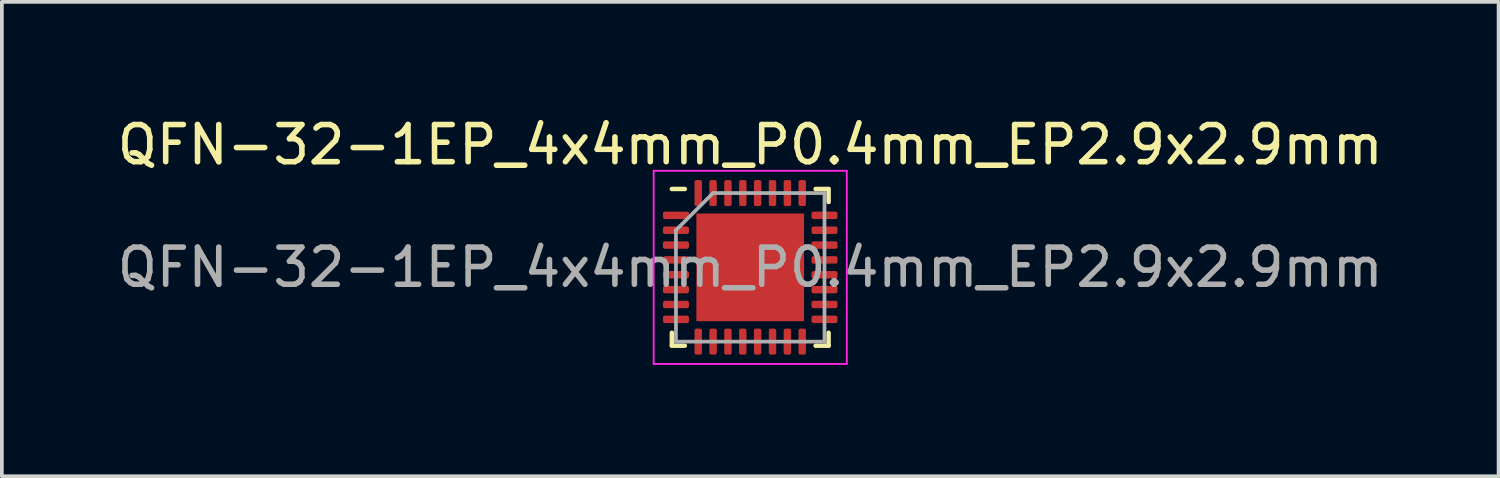
<source format=kicad_pcb>
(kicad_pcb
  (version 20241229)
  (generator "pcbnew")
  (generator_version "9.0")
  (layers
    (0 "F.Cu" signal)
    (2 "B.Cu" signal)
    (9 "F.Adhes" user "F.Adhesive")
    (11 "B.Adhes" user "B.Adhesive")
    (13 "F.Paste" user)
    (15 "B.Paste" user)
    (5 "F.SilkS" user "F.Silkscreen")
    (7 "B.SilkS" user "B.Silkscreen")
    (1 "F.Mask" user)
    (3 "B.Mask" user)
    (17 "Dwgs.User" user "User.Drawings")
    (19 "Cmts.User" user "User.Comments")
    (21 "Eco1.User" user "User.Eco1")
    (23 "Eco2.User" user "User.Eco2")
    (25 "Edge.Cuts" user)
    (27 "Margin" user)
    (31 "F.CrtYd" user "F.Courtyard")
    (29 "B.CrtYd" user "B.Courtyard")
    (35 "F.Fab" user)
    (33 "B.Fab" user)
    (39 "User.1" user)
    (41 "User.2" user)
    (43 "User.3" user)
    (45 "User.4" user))
  (footprint "QFN-32-1EP_4x4mm_P0.4mm_EP2.9x2.9mm"
    (layer "F.Cu")
    (at 17.149 4.148)
    (property "Reference" "QFN-32-1EP_4x4mm_P0.4mm_EP2.9x2.9mm" (at 0 -3.3 0) (layer "F.SilkS") (effects (font (size 1 1) (thickness 0.15))))
    (attr smd)
    (fp_line (start -2.11 2.11) (end -2.11 1.76) (stroke (width 0.12) (type solid)) (layer "F.SilkS"))
    (fp_line (start -1.76 -2.11) (end -2.11 -2.11) (stroke (width 0.12) (type solid)) (layer "F.SilkS"))
    (fp_line (start -1.76 2.11) (end -2.11 2.11) (stroke (width 0.12) (type solid)) (layer "F.SilkS"))
    (fp_line (start 1.76 -2.11) (end 2.11 -2.11) (stroke (width 0.12) (type solid)) (layer "F.SilkS"))
    (fp_line (start 1.76 2.11) (end 2.11 2.11) (stroke (width 0.12) (type solid)) (layer "F.SilkS"))
    (fp_line (start 2.11 -2.11) (end 2.11 -1.76) (stroke (width 0.12) (type solid)) (layer "F.SilkS"))
    (fp_line (start 2.11 2.11) (end 2.11 1.76) (stroke (width 0.12) (type solid)) (layer "F.SilkS"))
    (fp_line (start -2.6 -2.6) (end -2.6 2.6) (stroke (width 0.05) (type solid)) (layer "F.CrtYd"))
    (fp_line (start -2.6 2.6) (end 2.6 2.6) (stroke (width 0.05) (type solid)) (layer "F.CrtYd"))
    (fp_line (start 2.6 -2.6) (end -2.6 -2.6) (stroke (width 0.05) (type solid)) (layer "F.CrtYd"))
    (fp_line (start 2.6 2.6) (end 2.6 -2.6) (stroke (width 0.05) (type solid)) (layer "F.CrtYd"))
    (fp_line (start -2 -1) (end -1 -2) (stroke (width 0.1) (type solid)) (layer "F.Fab"))
    (fp_line (start -2 2) (end -2 -1) (stroke (width 0.1) (type solid)) (layer "F.Fab"))
    (fp_line (start -1 -2) (end 2 -2) (stroke (width 0.1) (type solid)) (layer "F.Fab"))
    (fp_line (start 2 -2) (end 2 2) (stroke (width 0.1) (type solid)) (layer "F.Fab"))
    (fp_line (start 2 2) (end -2 2) (stroke (width 0.1) (type solid)) (layer "F.Fab"))
    (fp_text user "${REFERENCE}" (at 0 0 0) (layer "F.Fab") (effects (font (size 1 1) (thickness 0.15))))
    (pad "" smd roundrect (at -0.725 -0.725) (size 1.17 1.17) (layers "F.Paste") (roundrect_rratio 0.214))
    (pad "" smd roundrect (at -0.725 0.725) (size 1.17 1.17) (layers "F.Paste") (roundrect_rratio 0.214))
    (pad "" smd roundrect (at 0.725 -0.725) (size 1.17 1.17) (layers "F.Paste") (roundrect_rratio 0.214))
    (pad "" smd roundrect (at 0.725 0.725) (size 1.17 1.17) (layers "F.Paste") (roundrect_rratio 0.214))
    (pad "1" smd roundrect (at -2 -1.4) (size 0.7 0.2) (layers "F.Cu" "F.Mask" "F.Paste") (roundrect_rratio 0.25))
    (pad "2" smd roundrect (at -2 -1) (size 0.7 0.2) (layers "F.Cu" "F.Mask" "F.Paste") (roundrect_rratio 0.25))
    (pad "3" smd roundrect (at -2 -0.6) (size 0.7 0.2) (layers "F.Cu" "F.Mask" "F.Paste") (roundrect_rratio 0.25))
    (pad "4" smd roundrect (at -2 -0.2) (size 0.7 0.2) (layers "F.Cu" "F.Mask" "F.Paste") (roundrect_rratio 0.25))
    (pad "5" smd roundrect (at -2 0.2) (size 0.7 0.2) (layers "F.Cu" "F.Mask" "F.Paste") (roundrect_rratio 0.25))
    (pad "6" smd roundrect (at -2 0.6) (size 0.7 0.2) (layers "F.Cu" "F.Mask" "F.Paste") (roundrect_rratio 0.25))
    (pad "7" smd roundrect (at -2 1) (size 0.7 0.2) (layers "F.Cu" "F.Mask" "F.Paste") (roundrect_rratio 0.25))
    (pad "8" smd roundrect (at -2 1.4) (size 0.7 0.2) (layers "F.Cu" "F.Mask" "F.Paste") (roundrect_rratio 0.25))
    (pad "9" smd roundrect (at -1.4 2) (size 0.2 0.7) (layers "F.Cu" "F.Mask" "F.Paste") (roundrect_rratio 0.25))
    (pad "10" smd roundrect (at -1 2) (size 0.2 0.7) (layers "F.Cu" "F.Mask" "F.Paste") (roundrect_rratio 0.25))
    (pad "11" smd roundrect (at -0.6 2) (size 0.2 0.7) (layers "F.Cu" "F.Mask" "F.Paste") (roundrect_rratio 0.25))
    (pad "12" smd roundrect (at -0.2 2) (size 0.2 0.7) (layers "F.Cu" "F.Mask" "F.Paste") (roundrect_rratio 0.25))
    (pad "13" smd roundrect (at 0.2 2) (size 0.2 0.7) (layers "F.Cu" "F.Mask" "F.Paste") (roundrect_rratio 0.25))
    (pad "14" smd roundrect (at 0.6 2) (size 0.2 0.7) (layers "F.Cu" "F.Mask" "F.Paste") (roundrect_rratio 0.25))
    (pad "15" smd roundrect (at 1 2) (size 0.2 0.7) (layers "F.Cu" "F.Mask" "F.Paste") (roundrect_rratio 0.25))
    (pad "16" smd roundrect (at 1.4 2) (size 0.2 0.7) (layers "F.Cu" "F.Mask" "F.Paste") (roundrect_rratio 0.25))
    (pad "17" smd roundrect (at 2 1.4) (size 0.7 0.2) (layers "F.Cu" "F.Mask" "F.Paste") (roundrect_rratio 0.25))
    (pad "18" smd roundrect (at 2 1) (size 0.7 0.2) (layers "F.Cu" "F.Mask" "F.Paste") (roundrect_rratio 0.25))
    (pad "19" smd roundrect (at 2 0.6) (size 0.7 0.2) (layers "F.Cu" "F.Mask" "F.Paste") (roundrect_rratio 0.25))
    (pad "20" smd roundrect (at 2 0.2) (size 0.7 0.2) (layers "F.Cu" "F.Mask" "F.Paste") (roundrect_rratio 0.25))
    (pad "21" smd roundrect (at 2 -0.2) (size 0.7 0.2) (layers "F.Cu" "F.Mask" "F.Paste") (roundrect_rratio 0.25))
    (pad "22" smd roundrect (at 2 -0.6) (size 0.7 0.2) (layers "F.Cu" "F.Mask" "F.Paste") (roundrect_rratio 0.25))
    (pad "23" smd roundrect (at 2 -1) (size 0.7 0.2) (layers "F.Cu" "F.Mask" "F.Paste") (roundrect_rratio 0.25))
    (pad "24" smd roundrect (at 2 -1.4) (size 0.7 0.2) (layers "F.Cu" "F.Mask" "F.Paste") (roundrect_rratio 0.25))
    (pad "25" smd roundrect (at 1.4 -2) (size 0.2 0.7) (layers "F.Cu" "F.Mask" "F.Paste") (roundrect_rratio 0.25))
    (pad "26" smd roundrect (at 1 -2) (size 0.2 0.7) (layers "F.Cu" "F.Mask" "F.Paste") (roundrect_rratio 0.25))
    (pad "27" smd roundrect (at 0.6 -2) (size 0.2 0.7) (layers "F.Cu" "F.Mask" "F.Paste") (roundrect_rratio 0.25))
    (pad "28" smd roundrect (at 0.2 -2) (size 0.2 0.7) (layers "F.Cu" "F.Mask" "F.Paste") (roundrect_rratio 0.25))
    (pad "29" smd roundrect (at -0.2 -2) (size 0.2 0.7) (layers "F.Cu" "F.Mask" "F.Paste") (roundrect_rratio 0.25))
    (pad "30" smd roundrect (at -0.6 -2) (size 0.2 0.7) (layers "F.Cu" "F.Mask" "F.Paste") (roundrect_rratio 0.25))
    (pad "31" smd roundrect (at -1 -2) (size 0.2 0.7) (layers "F.Cu" "F.Mask" "F.Paste") (roundrect_rratio 0.25))
    (pad "32" smd roundrect (at -1.4 -2) (size 0.2 0.7) (layers "F.Cu" "F.Mask" "F.Paste") (roundrect_rratio 0.25))
    (pad "33" smd rect (at 0 0) (size 2.9 2.9) (layers "F.Cu" "F.Mask")))
  (gr_rect
    (start -3 -3)
    (end 37.298 9.773)
    (stroke (width 0.1) (type default))
    (fill no)
    (layer "Edge.Cuts")))
</source>
